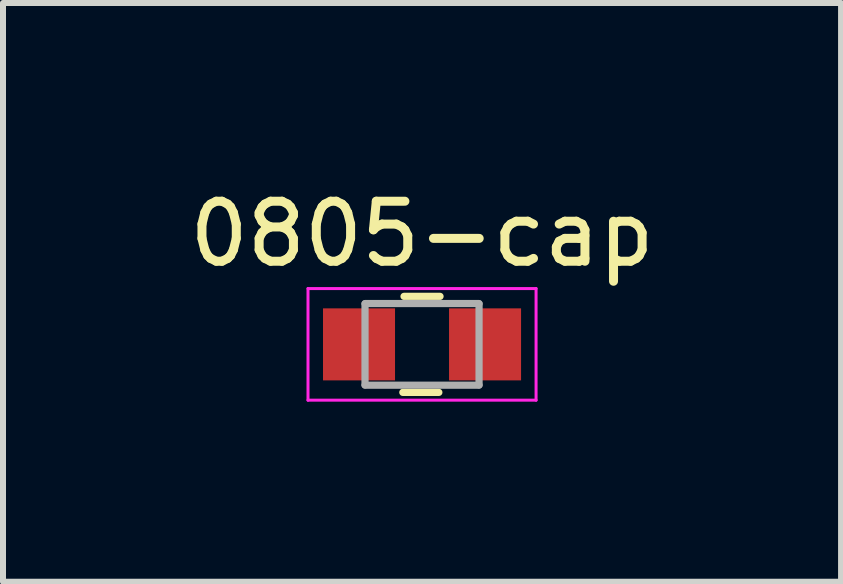
<source format=kicad_pcb>
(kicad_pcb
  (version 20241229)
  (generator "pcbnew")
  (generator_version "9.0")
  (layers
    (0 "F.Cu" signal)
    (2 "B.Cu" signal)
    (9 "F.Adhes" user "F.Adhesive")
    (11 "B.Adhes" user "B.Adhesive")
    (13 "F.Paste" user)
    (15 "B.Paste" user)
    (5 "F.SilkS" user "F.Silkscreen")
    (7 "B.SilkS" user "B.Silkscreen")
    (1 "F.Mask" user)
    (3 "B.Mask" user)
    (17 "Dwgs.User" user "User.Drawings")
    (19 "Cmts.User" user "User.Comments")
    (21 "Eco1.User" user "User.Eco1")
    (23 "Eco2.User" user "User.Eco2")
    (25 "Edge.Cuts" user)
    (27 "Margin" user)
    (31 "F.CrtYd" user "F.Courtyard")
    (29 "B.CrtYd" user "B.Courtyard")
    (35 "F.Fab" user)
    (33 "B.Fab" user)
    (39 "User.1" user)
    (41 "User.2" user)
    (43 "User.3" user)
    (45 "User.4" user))
  (footprint "0805-cap"
    (layer "F.Cu")
    (at 3.982 2.688)
    (property "Reference" "0805-cap" (at 0 -1.84 0) (layer "F.SilkS") (effects (font (size 1 1) (thickness 0.15))))
    (attr smd)
    (fp_line (start -0.32 0.8) (end 0.28 0.8) (stroke (width 0.12) (type solid)) (layer "F.SilkS"))
    (fp_line (start -0.3 -0.8) (end 0.3 -0.8) (stroke (width 0.12) (type solid)) (layer "F.SilkS"))
    (fp_line (start -1.9 -0.93) (end 1.9 -0.93) (stroke (width 0.05) (type solid)) (layer "F.CrtYd"))
    (fp_line (start -1.9 0.93) (end -1.9 -0.93) (stroke (width 0.05) (type solid)) (layer "F.CrtYd"))
    (fp_line (start -1.9 0.93) (end 1.9 0.93) (stroke (width 0.05) (type solid)) (layer "F.CrtYd"))
    (fp_line (start 1.9 0.93) (end 1.9 -0.93) (stroke (width 0.05) (type solid)) (layer "F.CrtYd"))
    (fp_line (start -0.95 -0.68) (end 0.95 -0.68) (stroke (width 0.12) (type solid)) (layer "F.Fab"))
    (fp_line (start -0.95 -0.675) (end -0.95 0.675) (stroke (width 0.12) (type solid)) (layer "F.Fab"))
    (fp_line (start -0.95 0.68) (end 0.95 0.68) (stroke (width 0.12) (type solid)) (layer "F.Fab"))
    (fp_line (start 0.95 -0.675) (end 0.95 0.675) (stroke (width 0.12) (type solid)) (layer "F.Fab"))
    (pad "1" smd rect (at -1.05 0) (size 1.2 1.2) (layers "F.Cu" "F.Mask" "F.Paste"))
    (pad "2" smd rect (at 1.05 0) (size 1.2 1.2) (layers "F.Cu" "F.Mask" "F.Paste")))
  (gr_rect
    (start -3 -3)
    (end 10.964 6.643)
    (stroke (width 0.1) (type default))
    (fill no)
    (layer "Edge.Cuts")))
</source>
